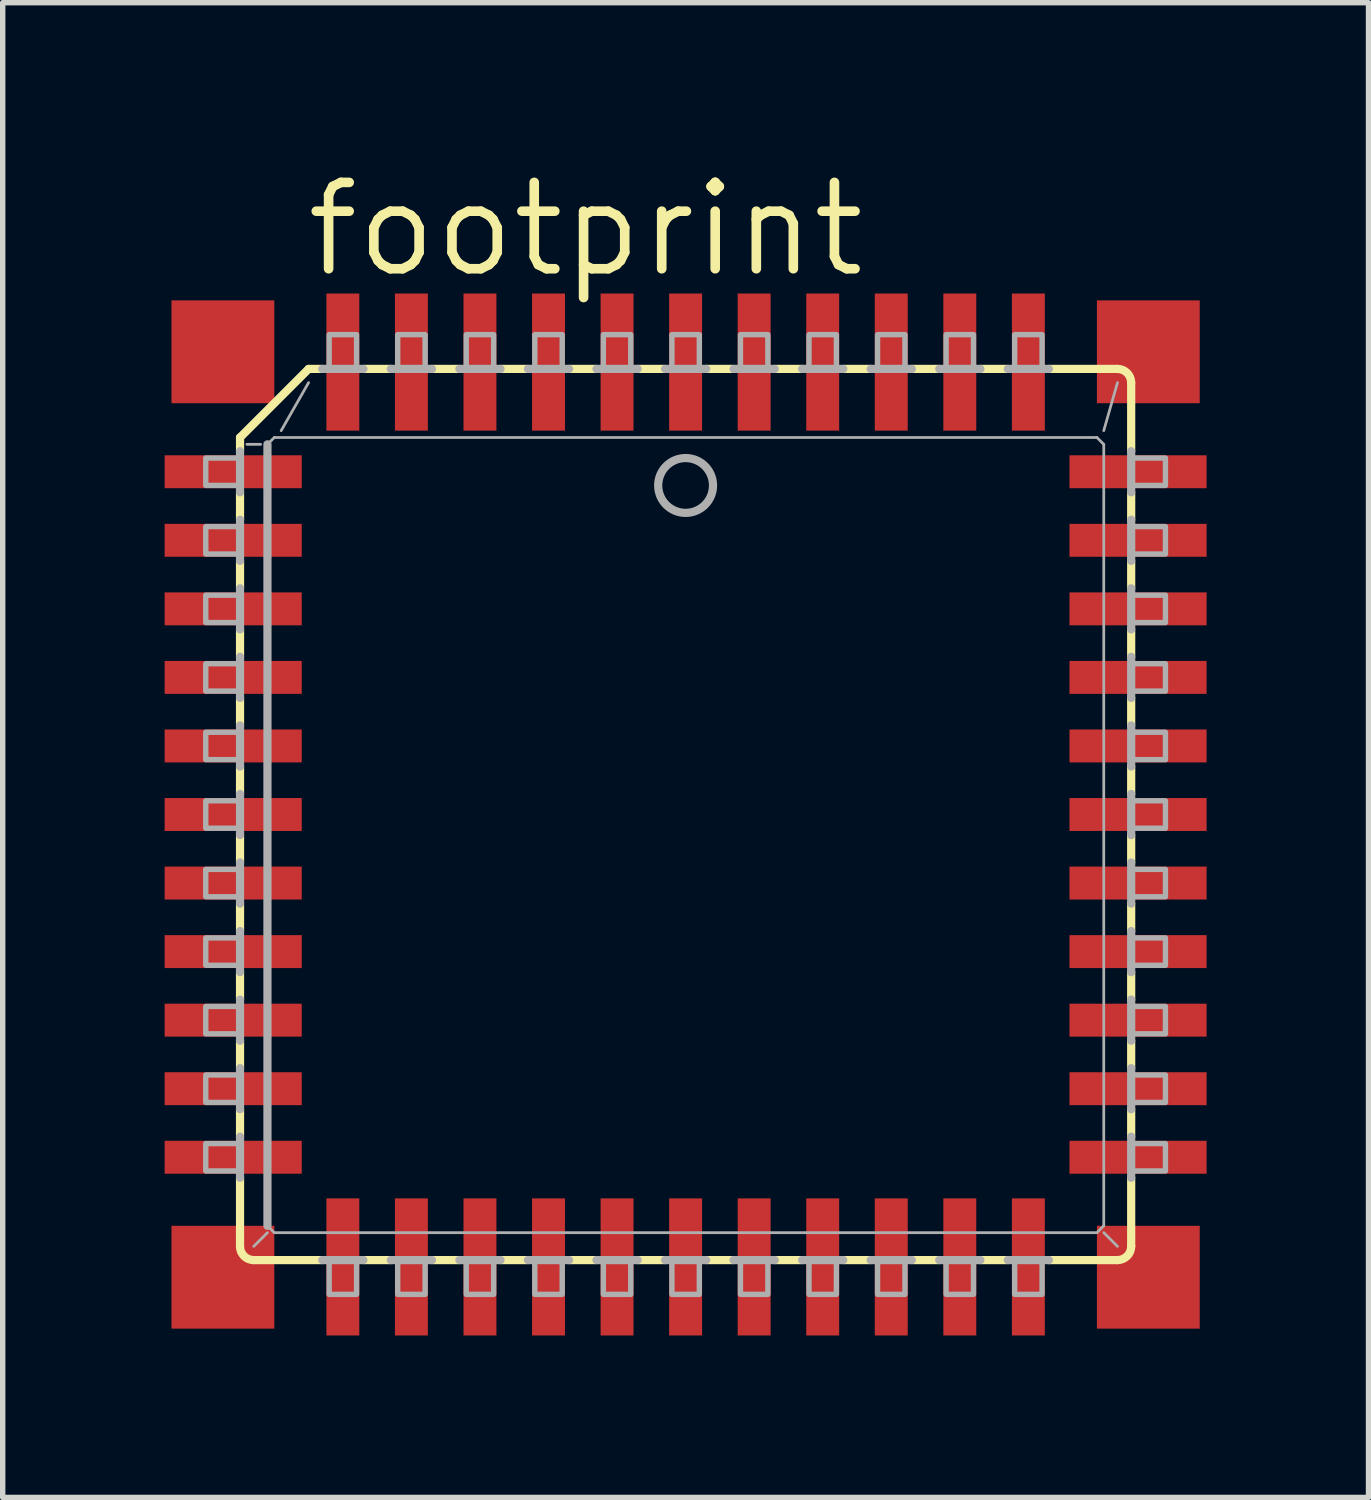
<source format=kicad_pcb>
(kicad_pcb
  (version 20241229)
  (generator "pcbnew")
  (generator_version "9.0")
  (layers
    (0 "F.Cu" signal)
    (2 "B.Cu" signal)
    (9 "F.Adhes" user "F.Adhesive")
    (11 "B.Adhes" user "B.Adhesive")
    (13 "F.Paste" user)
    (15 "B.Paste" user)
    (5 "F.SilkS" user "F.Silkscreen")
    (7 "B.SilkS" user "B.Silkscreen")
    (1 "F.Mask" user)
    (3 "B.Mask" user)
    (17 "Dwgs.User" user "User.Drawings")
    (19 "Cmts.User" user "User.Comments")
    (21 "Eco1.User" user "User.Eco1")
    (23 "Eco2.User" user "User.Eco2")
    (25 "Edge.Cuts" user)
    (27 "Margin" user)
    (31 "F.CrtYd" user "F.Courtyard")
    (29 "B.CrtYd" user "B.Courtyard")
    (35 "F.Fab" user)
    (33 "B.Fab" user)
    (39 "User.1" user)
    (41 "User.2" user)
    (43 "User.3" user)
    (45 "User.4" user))
  (footprint "footprint"
    (layer "F.Cu")
    (at 9.652 12.04)
    (property "Reference" "footprint" (at -7.112 -9.906 0) (layer "F.SilkS") (effects (font (size 1.6 1.6) (thickness 0.178)) (justify left bottom)))
    (fp_poly (pts (xy -9.525 -7.62) (xy -7.62 -7.62) (xy -7.62 -9.525) (xy -9.525 -9.525)) (stroke (width 0) (type solid)) (fill yes) (layer "F.Cu"))
    (fp_poly (pts (xy -9.525 9.525) (xy -7.62 9.525) (xy -7.62 7.62) (xy -9.525 7.62)) (stroke (width 0) (type solid)) (fill yes) (layer "F.Cu"))
    (fp_poly (pts (xy 7.62 -7.62) (xy 9.525 -7.62) (xy 9.525 -9.525) (xy 7.62 -9.525)) (stroke (width 0) (type solid)) (fill yes) (layer "F.Cu"))
    (fp_poly (pts (xy 7.62 9.525) (xy 9.525 9.525) (xy 9.525 7.62) (xy 7.62 7.62)) (stroke (width 0) (type solid)) (fill yes) (layer "F.Cu"))
    (fp_poly (pts (xy -9.525 -7.62) (xy -7.62 -7.62) (xy -7.62 -9.525) (xy -9.525 -9.525)) (stroke (width 0) (type solid)) (fill yes) (layer "F.Mask"))
    (fp_poly (pts (xy -9.525 9.525) (xy -7.62 9.525) (xy -7.62 7.62) (xy -9.525 7.62)) (stroke (width 0) (type solid)) (fill yes) (layer "F.Mask"))
    (fp_poly (pts (xy 7.62 -7.62) (xy 9.525 -7.62) (xy 9.525 -9.525) (xy 7.62 -9.525)) (stroke (width 0) (type solid)) (fill yes) (layer "F.Mask"))
    (fp_poly (pts (xy 7.62 9.525) (xy 9.525 9.525) (xy 9.525 7.62) (xy 7.62 7.62)) (stroke (width 0) (type solid)) (fill yes) (layer "F.Mask"))
    (fp_line (start -8.255 -6.985) (end -8.255 -6.731) (stroke (width 0.152) (type solid)) (layer "F.SilkS"))
    (fp_line (start -8.255 -6.985) (end -6.985 -8.255) (stroke (width 0.152) (type solid)) (layer "F.SilkS"))
    (fp_line (start -8.255 -5.969) (end -8.255 -5.461) (stroke (width 0.152) (type solid)) (layer "F.SilkS"))
    (fp_line (start -8.255 -4.699) (end -8.255 -4.191) (stroke (width 0.152) (type solid)) (layer "F.SilkS"))
    (fp_line (start -8.255 -3.429) (end -8.255 -2.921) (stroke (width 0.152) (type solid)) (layer "F.SilkS"))
    (fp_line (start -8.255 -2.159) (end -8.255 -1.651) (stroke (width 0.152) (type solid)) (layer "F.SilkS"))
    (fp_line (start -8.255 -0.889) (end -8.255 -0.381) (stroke (width 0.152) (type solid)) (layer "F.SilkS"))
    (fp_line (start -8.255 0.381) (end -8.255 0.889) (stroke (width 0.152) (type solid)) (layer "F.SilkS"))
    (fp_line (start -8.255 2.159) (end -8.255 1.651) (stroke (width 0.152) (type solid)) (layer "F.SilkS"))
    (fp_line (start -8.255 2.921) (end -8.255 3.429) (stroke (width 0.152) (type solid)) (layer "F.SilkS"))
    (fp_line (start -8.255 4.699) (end -8.255 4.191) (stroke (width 0.152) (type solid)) (layer "F.SilkS"))
    (fp_line (start -8.255 5.461) (end -8.255 5.969) (stroke (width 0.152) (type solid)) (layer "F.SilkS"))
    (fp_line (start -8.255 8.001) (end -8.255 6.731) (stroke (width 0.152) (type solid)) (layer "F.SilkS"))
    (fp_line (start -8.001 8.255) (end -6.731 8.255) (stroke (width 0.152) (type solid)) (layer "F.SilkS"))
    (fp_line (start -6.985 -8.255) (end -6.731 -8.255) (stroke (width 0.152) (type solid)) (layer "F.SilkS"))
    (fp_line (start -5.969 8.255) (end -5.461 8.255) (stroke (width 0.152) (type solid)) (layer "F.SilkS"))
    (fp_line (start -5.461 -8.255) (end -5.969 -8.255) (stroke (width 0.152) (type solid)) (layer "F.SilkS"))
    (fp_line (start -4.699 -8.255) (end -4.191 -8.255) (stroke (width 0.152) (type solid)) (layer "F.SilkS"))
    (fp_line (start -4.699 8.255) (end -4.191 8.255) (stroke (width 0.152) (type solid)) (layer "F.SilkS"))
    (fp_line (start -3.429 8.255) (end -2.921 8.255) (stroke (width 0.152) (type solid)) (layer "F.SilkS"))
    (fp_line (start -2.921 -8.255) (end -3.429 -8.255) (stroke (width 0.152) (type solid)) (layer "F.SilkS"))
    (fp_line (start -2.159 -8.255) (end -1.651 -8.255) (stroke (width 0.152) (type solid)) (layer "F.SilkS"))
    (fp_line (start -2.159 8.255) (end -1.651 8.255) (stroke (width 0.152) (type solid)) (layer "F.SilkS"))
    (fp_line (start -0.889 8.255) (end -0.381 8.255) (stroke (width 0.152) (type solid)) (layer "F.SilkS"))
    (fp_line (start -0.381 -8.255) (end -0.889 -8.255) (stroke (width 0.152) (type solid)) (layer "F.SilkS"))
    (fp_line (start 0.381 8.255) (end 0.889 8.255) (stroke (width 0.152) (type solid)) (layer "F.SilkS"))
    (fp_line (start 0.889 -8.255) (end 0.381 -8.255) (stroke (width 0.152) (type solid)) (layer "F.SilkS"))
    (fp_line (start 2.159 -8.255) (end 1.651 -8.255) (stroke (width 0.152) (type solid)) (layer "F.SilkS"))
    (fp_line (start 2.159 8.255) (end 1.651 8.255) (stroke (width 0.152) (type solid)) (layer "F.SilkS"))
    (fp_line (start 2.921 8.255) (end 3.429 8.255) (stroke (width 0.152) (type solid)) (layer "F.SilkS"))
    (fp_line (start 3.429 -8.255) (end 2.921 -8.255) (stroke (width 0.152) (type solid)) (layer "F.SilkS"))
    (fp_line (start 4.699 -8.255) (end 4.191 -8.255) (stroke (width 0.152) (type solid)) (layer "F.SilkS"))
    (fp_line (start 4.699 8.255) (end 4.191 8.255) (stroke (width 0.152) (type solid)) (layer "F.SilkS"))
    (fp_line (start 5.461 8.255) (end 5.969 8.255) (stroke (width 0.152) (type solid)) (layer "F.SilkS"))
    (fp_line (start 5.969 -8.255) (end 5.461 -8.255) (stroke (width 0.152) (type solid)) (layer "F.SilkS"))
    (fp_line (start 8.001 -8.255) (end 6.731 -8.255) (stroke (width 0.152) (type solid)) (layer "F.SilkS"))
    (fp_line (start 8.001 8.255) (end 6.731 8.255) (stroke (width 0.152) (type solid)) (layer "F.SilkS"))
    (fp_line (start 8.255 -8.001) (end 8.255 -6.731) (stroke (width 0.152) (type solid)) (layer "F.SilkS"))
    (fp_line (start 8.255 -5.461) (end 8.255 -5.969) (stroke (width 0.152) (type solid)) (layer "F.SilkS"))
    (fp_line (start 8.255 -4.699) (end 8.255 -4.191) (stroke (width 0.152) (type solid)) (layer "F.SilkS"))
    (fp_line (start 8.255 -2.921) (end 8.255 -3.429) (stroke (width 0.152) (type solid)) (layer "F.SilkS"))
    (fp_line (start 8.255 -2.159) (end 8.255 -1.651) (stroke (width 0.152) (type solid)) (layer "F.SilkS"))
    (fp_line (start 8.255 -0.381) (end 8.255 -0.889) (stroke (width 0.152) (type solid)) (layer "F.SilkS"))
    (fp_line (start 8.255 0.889) (end 8.255 0.381) (stroke (width 0.152) (type solid)) (layer "F.SilkS"))
    (fp_line (start 8.255 2.159) (end 8.255 1.651) (stroke (width 0.152) (type solid)) (layer "F.SilkS"))
    (fp_line (start 8.255 3.429) (end 8.255 2.921) (stroke (width 0.152) (type solid)) (layer "F.SilkS"))
    (fp_line (start 8.255 4.699) (end 8.255 4.191) (stroke (width 0.152) (type solid)) (layer "F.SilkS"))
    (fp_line (start 8.255 5.969) (end 8.255 5.461) (stroke (width 0.152) (type solid)) (layer "F.SilkS"))
    (fp_line (start 8.255 8.001) (end 8.255 6.731) (stroke (width 0.152) (type solid)) (layer "F.SilkS"))
    (fp_arc (start -8.001 8.255) (mid -8.180605 8.180605) (end -8.255 8.001) (stroke (width 0.1524) (type solid)) (layer "F.SilkS"))
    (fp_arc (start 8.001 -8.255) (mid 8.180605 -8.180605) (end 8.255 -8.001) (stroke (width 0.1524) (type solid)) (layer "F.SilkS"))
    (fp_arc (start 8.255 8.001) (mid 8.180605 8.180605) (end 8.001 8.255) (stroke (width 0.1524) (type solid)) (layer "F.SilkS"))
    (fp_line (start -8.255 -6.731) (end -8.255 -5.969) (stroke (width 0.152) (type solid)) (layer "F.Fab"))
    (fp_line (start -8.255 -5.461) (end -8.255 -4.699) (stroke (width 0.152) (type solid)) (layer "F.Fab"))
    (fp_line (start -8.255 -4.191) (end -8.255 -3.429) (stroke (width 0.152) (type solid)) (layer "F.Fab"))
    (fp_line (start -8.255 -2.921) (end -8.255 -2.159) (stroke (width 0.152) (type solid)) (layer "F.Fab"))
    (fp_line (start -8.255 -1.651) (end -8.255 -0.889) (stroke (width 0.152) (type solid)) (layer "F.Fab"))
    (fp_line (start -8.255 -0.381) (end -8.255 0.381) (stroke (width 0.152) (type solid)) (layer "F.Fab"))
    (fp_line (start -8.255 0.889) (end -8.255 1.651) (stroke (width 0.152) (type solid)) (layer "F.Fab"))
    (fp_line (start -8.255 2.159) (end -8.255 2.921) (stroke (width 0.152) (type solid)) (layer "F.Fab"))
    (fp_line (start -8.255 3.429) (end -8.255 4.191) (stroke (width 0.152) (type solid)) (layer "F.Fab"))
    (fp_line (start -8.255 4.699) (end -8.255 5.461) (stroke (width 0.152) (type solid)) (layer "F.Fab"))
    (fp_line (start -8.255 5.969) (end -8.255 6.731) (stroke (width 0.152) (type solid)) (layer "F.Fab"))
    (fp_line (start -8.128 -6.858) (end -7.874 -6.858) (stroke (width 0.051) (type solid)) (layer "F.Fab"))
    (fp_line (start -7.747 7.62) (end -7.747 -6.858) (stroke (width 0.152) (type solid)) (layer "F.Fab"))
    (fp_line (start -7.747 7.62) (end -7.62 7.747) (stroke (width 0.051) (type solid)) (layer "F.Fab"))
    (fp_line (start -7.747 7.747) (end -8.001 8.001) (stroke (width 0.051) (type solid)) (layer "F.Fab"))
    (fp_line (start -7.62 -6.985) (end -7.747 -6.858) (stroke (width 0.051) (type solid)) (layer "F.Fab"))
    (fp_line (start -7.62 -6.985) (end 7.62 -6.985) (stroke (width 0.051) (type solid)) (layer "F.Fab"))
    (fp_line (start -6.985 -8.001) (end -7.493 -7.112) (stroke (width 0.051) (type solid)) (layer "F.Fab"))
    (fp_line (start -6.731 8.255) (end -5.969 8.255) (stroke (width 0.152) (type solid)) (layer "F.Fab"))
    (fp_line (start -5.969 -8.255) (end -6.731 -8.255) (stroke (width 0.152) (type solid)) (layer "F.Fab"))
    (fp_line (start -5.461 8.255) (end -4.699 8.255) (stroke (width 0.152) (type solid)) (layer "F.Fab"))
    (fp_line (start -4.699 -8.255) (end -5.461 -8.255) (stroke (width 0.152) (type solid)) (layer "F.Fab"))
    (fp_line (start -4.191 8.255) (end -3.429 8.255) (stroke (width 0.152) (type solid)) (layer "F.Fab"))
    (fp_line (start -3.429 -8.255) (end -4.191 -8.255) (stroke (width 0.152) (type solid)) (layer "F.Fab"))
    (fp_line (start -2.921 8.255) (end -2.159 8.255) (stroke (width 0.152) (type solid)) (layer "F.Fab"))
    (fp_line (start -2.159 -8.255) (end -2.921 -8.255) (stroke (width 0.152) (type solid)) (layer "F.Fab"))
    (fp_line (start -1.651 8.255) (end -0.889 8.255) (stroke (width 0.152) (type solid)) (layer "F.Fab"))
    (fp_line (start -0.889 -8.255) (end -1.651 -8.255) (stroke (width 0.152) (type solid)) (layer "F.Fab"))
    (fp_line (start -0.381 8.255) (end 0.381 8.255) (stroke (width 0.152) (type solid)) (layer "F.Fab"))
    (fp_line (start 0.381 -8.255) (end -0.381 -8.255) (stroke (width 0.152) (type solid)) (layer "F.Fab"))
    (fp_line (start 0.889 8.255) (end 1.651 8.255) (stroke (width 0.152) (type solid)) (layer "F.Fab"))
    (fp_line (start 1.651 -8.255) (end 0.889 -8.255) (stroke (width 0.152) (type solid)) (layer "F.Fab"))
    (fp_line (start 2.159 8.255) (end 2.921 8.255) (stroke (width 0.152) (type solid)) (layer "F.Fab"))
    (fp_line (start 2.921 -8.255) (end 2.159 -8.255) (stroke (width 0.152) (type solid)) (layer "F.Fab"))
    (fp_line (start 3.429 8.255) (end 4.191 8.255) (stroke (width 0.152) (type solid)) (layer "F.Fab"))
    (fp_line (start 4.191 -8.255) (end 3.429 -8.255) (stroke (width 0.152) (type solid)) (layer "F.Fab"))
    (fp_line (start 4.699 8.255) (end 5.461 8.255) (stroke (width 0.152) (type solid)) (layer "F.Fab"))
    (fp_line (start 5.461 -8.255) (end 4.699 -8.255) (stroke (width 0.152) (type solid)) (layer "F.Fab"))
    (fp_line (start 5.969 8.255) (end 6.731 8.255) (stroke (width 0.152) (type solid)) (layer "F.Fab"))
    (fp_line (start 6.731 -8.255) (end 5.969 -8.255) (stroke (width 0.152) (type solid)) (layer "F.Fab"))
    (fp_line (start 7.62 7.747) (end -7.62 7.747) (stroke (width 0.051) (type solid)) (layer "F.Fab"))
    (fp_line (start 7.62 7.747) (end 7.747 7.62) (stroke (width 0.051) (type solid)) (layer "F.Fab"))
    (fp_line (start 7.747 -6.858) (end 7.62 -6.985) (stroke (width 0.051) (type solid)) (layer "F.Fab"))
    (fp_line (start 7.747 -6.858) (end 7.747 7.62) (stroke (width 0.051) (type solid)) (layer "F.Fab"))
    (fp_line (start 7.747 7.747) (end 8.001 8.001) (stroke (width 0.051) (type solid)) (layer "F.Fab"))
    (fp_line (start 8.001 -8.001) (end 7.747 -7.112) (stroke (width 0.051) (type solid)) (layer "F.Fab"))
    (fp_line (start 8.255 -5.969) (end 8.255 -6.731) (stroke (width 0.152) (type solid)) (layer "F.Fab"))
    (fp_line (start 8.255 -4.699) (end 8.255 -5.461) (stroke (width 0.152) (type solid)) (layer "F.Fab"))
    (fp_line (start 8.255 -3.429) (end 8.255 -4.191) (stroke (width 0.152) (type solid)) (layer "F.Fab"))
    (fp_line (start 8.255 -2.159) (end 8.255 -2.921) (stroke (width 0.152) (type solid)) (layer "F.Fab"))
    (fp_line (start 8.255 -0.889) (end 8.255 -1.651) (stroke (width 0.152) (type solid)) (layer "F.Fab"))
    (fp_line (start 8.255 0.381) (end 8.255 -0.381) (stroke (width 0.152) (type solid)) (layer "F.Fab"))
    (fp_line (start 8.255 1.651) (end 8.255 0.889) (stroke (width 0.152) (type solid)) (layer "F.Fab"))
    (fp_line (start 8.255 2.921) (end 8.255 2.159) (stroke (width 0.152) (type solid)) (layer "F.Fab"))
    (fp_line (start 8.255 4.191) (end 8.255 3.429) (stroke (width 0.152) (type solid)) (layer "F.Fab"))
    (fp_line (start 8.255 5.461) (end 8.255 4.699) (stroke (width 0.152) (type solid)) (layer "F.Fab"))
    (fp_line (start 8.255 6.731) (end 8.255 5.969) (stroke (width 0.152) (type solid)) (layer "F.Fab"))
    (fp_circle (center 0 -6.096) (end 0.508 -6.096) (stroke (width 0.152) (type solid)) (fill no) (layer "F.Fab"))
    (fp_poly (pts (xy -8.89 -6.096) (xy -8.255 -6.096) (xy -8.255 -6.604) (xy -8.89 -6.604)) (stroke (width 0.1) (type solid)) (fill no) (layer "F.Fab"))
    (fp_poly (pts (xy -8.89 -4.826) (xy -8.255 -4.826) (xy -8.255 -5.334) (xy -8.89 -5.334)) (stroke (width 0.1) (type solid)) (fill no) (layer "F.Fab"))
    (fp_poly (pts (xy -8.89 -3.556) (xy -8.255 -3.556) (xy -8.255 -4.064) (xy -8.89 -4.064)) (stroke (width 0.1) (type solid)) (fill no) (layer "F.Fab"))
    (fp_poly (pts (xy -8.89 -2.286) (xy -8.255 -2.286) (xy -8.255 -2.794) (xy -8.89 -2.794)) (stroke (width 0.1) (type solid)) (fill no) (layer "F.Fab"))
    (fp_poly (pts (xy -8.89 -1.016) (xy -8.255 -1.016) (xy -8.255 -1.524) (xy -8.89 -1.524)) (stroke (width 0.1) (type solid)) (fill no) (layer "F.Fab"))
    (fp_poly (pts (xy -8.89 0.254) (xy -8.255 0.254) (xy -8.255 -0.254) (xy -8.89 -0.254)) (stroke (width 0.1) (type solid)) (fill no) (layer "F.Fab"))
    (fp_poly (pts (xy -8.89 1.524) (xy -8.255 1.524) (xy -8.255 1.016) (xy -8.89 1.016)) (stroke (width 0.1) (type solid)) (fill no) (layer "F.Fab"))
    (fp_poly (pts (xy -8.89 2.794) (xy -8.255 2.794) (xy -8.255 2.286) (xy -8.89 2.286)) (stroke (width 0.1) (type solid)) (fill no) (layer "F.Fab"))
    (fp_poly (pts (xy -8.89 4.064) (xy -8.255 4.064) (xy -8.255 3.556) (xy -8.89 3.556)) (stroke (width 0.1) (type solid)) (fill no) (layer "F.Fab"))
    (fp_poly (pts (xy -8.89 5.334) (xy -8.255 5.334) (xy -8.255 4.826) (xy -8.89 4.826)) (stroke (width 0.1) (type solid)) (fill no) (layer "F.Fab"))
    (fp_poly (pts (xy -8.89 6.604) (xy -8.255 6.604) (xy -8.255 6.096) (xy -8.89 6.096)) (stroke (width 0.1) (type solid)) (fill no) (layer "F.Fab"))
    (fp_poly (pts (xy -6.604 -8.255) (xy -6.096 -8.255) (xy -6.096 -8.89) (xy -6.604 -8.89)) (stroke (width 0.1) (type solid)) (fill no) (layer "F.Fab"))
    (fp_poly (pts (xy -6.604 8.89) (xy -6.096 8.89) (xy -6.096 8.255) (xy -6.604 8.255)) (stroke (width 0.1) (type solid)) (fill no) (layer "F.Fab"))
    (fp_poly (pts (xy -5.334 -8.255) (xy -4.826 -8.255) (xy -4.826 -8.89) (xy -5.334 -8.89)) (stroke (width 0.1) (type solid)) (fill no) (layer "F.Fab"))
    (fp_poly (pts (xy -5.334 8.89) (xy -4.826 8.89) (xy -4.826 8.255) (xy -5.334 8.255)) (stroke (width 0.1) (type solid)) (fill no) (layer "F.Fab"))
    (fp_poly (pts (xy -4.064 -8.255) (xy -3.556 -8.255) (xy -3.556 -8.89) (xy -4.064 -8.89)) (stroke (width 0.1) (type solid)) (fill no) (layer "F.Fab"))
    (fp_poly (pts (xy -4.064 8.89) (xy -3.556 8.89) (xy -3.556 8.255) (xy -4.064 8.255)) (stroke (width 0.1) (type solid)) (fill no) (layer "F.Fab"))
    (fp_poly (pts (xy -2.794 -8.255) (xy -2.286 -8.255) (xy -2.286 -8.89) (xy -2.794 -8.89)) (stroke (width 0.1) (type solid)) (fill no) (layer "F.Fab"))
    (fp_poly (pts (xy -2.794 8.89) (xy -2.286 8.89) (xy -2.286 8.255) (xy -2.794 8.255)) (stroke (width 0.1) (type solid)) (fill no) (layer "F.Fab"))
    (fp_poly (pts (xy -1.524 -8.255) (xy -1.016 -8.255) (xy -1.016 -8.89) (xy -1.524 -8.89)) (stroke (width 0.1) (type solid)) (fill no) (layer "F.Fab"))
    (fp_poly (pts (xy -1.524 8.89) (xy -1.016 8.89) (xy -1.016 8.255) (xy -1.524 8.255)) (stroke (width 0.1) (type solid)) (fill no) (layer "F.Fab"))
    (fp_poly (pts (xy -0.254 -8.255) (xy 0.254 -8.255) (xy 0.254 -8.89) (xy -0.254 -8.89)) (stroke (width 0.1) (type solid)) (fill no) (layer "F.Fab"))
    (fp_poly (pts (xy -0.254 8.89) (xy 0.254 8.89) (xy 0.254 8.255) (xy -0.254 8.255)) (stroke (width 0.1) (type solid)) (fill no) (layer "F.Fab"))
    (fp_poly (pts (xy 1.016 -8.255) (xy 1.524 -8.255) (xy 1.524 -8.89) (xy 1.016 -8.89)) (stroke (width 0.1) (type solid)) (fill no) (layer "F.Fab"))
    (fp_poly (pts (xy 1.016 8.89) (xy 1.524 8.89) (xy 1.524 8.255) (xy 1.016 8.255)) (stroke (width 0.1) (type solid)) (fill no) (layer "F.Fab"))
    (fp_poly (pts (xy 2.286 -8.255) (xy 2.794 -8.255) (xy 2.794 -8.89) (xy 2.286 -8.89)) (stroke (width 0.1) (type solid)) (fill no) (layer "F.Fab"))
    (fp_poly (pts (xy 2.286 8.89) (xy 2.794 8.89) (xy 2.794 8.255) (xy 2.286 8.255)) (stroke (width 0.1) (type solid)) (fill no) (layer "F.Fab"))
    (fp_poly (pts (xy 3.556 -8.255) (xy 4.064 -8.255) (xy 4.064 -8.89) (xy 3.556 -8.89)) (stroke (width 0.1) (type solid)) (fill no) (layer "F.Fab"))
    (fp_poly (pts (xy 3.556 8.89) (xy 4.064 8.89) (xy 4.064 8.255) (xy 3.556 8.255)) (stroke (width 0.1) (type solid)) (fill no) (layer "F.Fab"))
    (fp_poly (pts (xy 4.826 -8.255) (xy 5.334 -8.255) (xy 5.334 -8.89) (xy 4.826 -8.89)) (stroke (width 0.1) (type solid)) (fill no) (layer "F.Fab"))
    (fp_poly (pts (xy 4.826 8.89) (xy 5.334 8.89) (xy 5.334 8.255) (xy 4.826 8.255)) (stroke (width 0.1) (type solid)) (fill no) (layer "F.Fab"))
    (fp_poly (pts (xy 6.096 -8.255) (xy 6.604 -8.255) (xy 6.604 -8.89) (xy 6.096 -8.89)) (stroke (width 0.1) (type solid)) (fill no) (layer "F.Fab"))
    (fp_poly (pts (xy 6.096 8.89) (xy 6.604 8.89) (xy 6.604 8.255) (xy 6.096 8.255)) (stroke (width 0.1) (type solid)) (fill no) (layer "F.Fab"))
    (fp_poly (pts (xy 8.255 -6.096) (xy 8.89 -6.096) (xy 8.89 -6.604) (xy 8.255 -6.604)) (stroke (width 0.1) (type solid)) (fill no) (layer "F.Fab"))
    (fp_poly (pts (xy 8.255 -4.826) (xy 8.89 -4.826) (xy 8.89 -5.334) (xy 8.255 -5.334)) (stroke (width 0.1) (type solid)) (fill no) (layer "F.Fab"))
    (fp_poly (pts (xy 8.255 -3.556) (xy 8.89 -3.556) (xy 8.89 -4.064) (xy 8.255 -4.064)) (stroke (width 0.1) (type solid)) (fill no) (layer "F.Fab"))
    (fp_poly (pts (xy 8.255 -2.286) (xy 8.89 -2.286) (xy 8.89 -2.794) (xy 8.255 -2.794)) (stroke (width 0.1) (type solid)) (fill no) (layer "F.Fab"))
    (fp_poly (pts (xy 8.255 -1.016) (xy 8.89 -1.016) (xy 8.89 -1.524) (xy 8.255 -1.524)) (stroke (width 0.1) (type solid)) (fill no) (layer "F.Fab"))
    (fp_poly (pts (xy 8.255 0.254) (xy 8.89 0.254) (xy 8.89 -0.254) (xy 8.255 -0.254)) (stroke (width 0.1) (type solid)) (fill no) (layer "F.Fab"))
    (fp_poly (pts (xy 8.255 1.524) (xy 8.89 1.524) (xy 8.89 1.016) (xy 8.255 1.016)) (stroke (width 0.1) (type solid)) (fill no) (layer "F.Fab"))
    (fp_poly (pts (xy 8.255 2.794) (xy 8.89 2.794) (xy 8.89 2.286) (xy 8.255 2.286)) (stroke (width 0.1) (type solid)) (fill no) (layer "F.Fab"))
    (fp_poly (pts (xy 8.255 4.064) (xy 8.89 4.064) (xy 8.89 3.556) (xy 8.255 3.556)) (stroke (width 0.1) (type solid)) (fill no) (layer "F.Fab"))
    (fp_poly (pts (xy 8.255 5.334) (xy 8.89 5.334) (xy 8.89 4.826) (xy 8.255 4.826)) (stroke (width 0.1) (type solid)) (fill no) (layer "F.Fab"))
    (fp_poly (pts (xy 8.255 6.604) (xy 8.89 6.604) (xy 8.89 6.096) (xy 8.255 6.096)) (stroke (width 0.1) (type solid)) (fill no) (layer "F.Fab"))
    (pad "1" smd rect (at 0 -8.382) (size 0.61 2.54) (layers "F.Cu" "F.Mask" "F.Paste"))
    (pad "2" smd rect (at -1.27 -8.382) (size 0.61 2.54) (layers "F.Cu" "F.Mask" "F.Paste"))
    (pad "3" smd rect (at -2.54 -8.382) (size 0.61 2.54) (layers "F.Cu" "F.Mask" "F.Paste"))
    (pad "4" smd rect (at -3.81 -8.382) (size 0.61 2.54) (layers "F.Cu" "F.Mask" "F.Paste"))
    (pad "5" smd rect (at -5.08 -8.382) (size 0.61 2.54) (layers "F.Cu" "F.Mask" "F.Paste"))
    (pad "6" smd rect (at -6.35 -8.382) (size 0.61 2.54) (layers "F.Cu" "F.Mask" "F.Paste"))
    (pad "7" smd rect (at -8.382 -6.35) (size 2.54 0.61) (layers "F.Cu" "F.Mask" "F.Paste"))
    (pad "8" smd rect (at -8.382 -5.08) (size 2.54 0.61) (layers "F.Cu" "F.Mask" "F.Paste"))
    (pad "9" smd rect (at -8.382 -3.81) (size 2.54 0.61) (layers "F.Cu" "F.Mask" "F.Paste"))
    (pad "10" smd rect (at -8.382 -2.54) (size 2.54 0.61) (layers "F.Cu" "F.Mask" "F.Paste"))
    (pad "11" smd rect (at -8.382 -1.27) (size 2.54 0.61) (layers "F.Cu" "F.Mask" "F.Paste"))
    (pad "12" smd rect (at -8.382 0) (size 2.54 0.61) (layers "F.Cu" "F.Mask" "F.Paste"))
    (pad "13" smd rect (at -8.382 1.27) (size 2.54 0.61) (layers "F.Cu" "F.Mask" "F.Paste"))
    (pad "14" smd rect (at -8.382 2.54) (size 2.54 0.61) (layers "F.Cu" "F.Mask" "F.Paste"))
    (pad "15" smd rect (at -8.382 3.81) (size 2.54 0.61) (layers "F.Cu" "F.Mask" "F.Paste"))
    (pad "16" smd rect (at -8.382 5.08) (size 2.54 0.61) (layers "F.Cu" "F.Mask" "F.Paste"))
    (pad "17" smd rect (at -8.382 6.35) (size 2.54 0.61) (layers "F.Cu" "F.Mask" "F.Paste"))
    (pad "18" smd rect (at -6.35 8.382) (size 0.61 2.54) (layers "F.Cu" "F.Mask" "F.Paste"))
    (pad "19" smd rect (at -5.08 8.382) (size 0.61 2.54) (layers "F.Cu" "F.Mask" "F.Paste"))
    (pad "20" smd rect (at -3.81 8.382) (size 0.61 2.54) (layers "F.Cu" "F.Mask" "F.Paste"))
    (pad "21" smd rect (at -2.54 8.382) (size 0.61 2.54) (layers "F.Cu" "F.Mask" "F.Paste"))
    (pad "22" smd rect (at -1.27 8.382) (size 0.61 2.54) (layers "F.Cu" "F.Mask" "F.Paste"))
    (pad "23" smd rect (at 0 8.382) (size 0.61 2.54) (layers "F.Cu" "F.Mask" "F.Paste"))
    (pad "24" smd rect (at 1.27 8.382) (size 0.61 2.54) (layers "F.Cu" "F.Mask" "F.Paste"))
    (pad "25" smd rect (at 2.54 8.382) (size 0.61 2.54) (layers "F.Cu" "F.Mask" "F.Paste"))
    (pad "26" smd rect (at 3.81 8.382) (size 0.61 2.54) (layers "F.Cu" "F.Mask" "F.Paste"))
    (pad "27" smd rect (at 5.08 8.382) (size 0.61 2.54) (layers "F.Cu" "F.Mask" "F.Paste"))
    (pad "28" smd rect (at 6.35 8.382) (size 0.61 2.54) (layers "F.Cu" "F.Mask" "F.Paste"))
    (pad "29" smd rect (at 8.382 6.35) (size 2.54 0.61) (layers "F.Cu" "F.Mask" "F.Paste"))
    (pad "30" smd rect (at 8.382 5.08) (size 2.54 0.61) (layers "F.Cu" "F.Mask" "F.Paste"))
    (pad "31" smd rect (at 8.382 3.81) (size 2.54 0.61) (layers "F.Cu" "F.Mask" "F.Paste"))
    (pad "32" smd rect (at 8.382 2.54) (size 2.54 0.61) (layers "F.Cu" "F.Mask" "F.Paste"))
    (pad "33" smd rect (at 8.382 1.27) (size 2.54 0.61) (layers "F.Cu" "F.Mask" "F.Paste"))
    (pad "34" smd rect (at 8.382 0) (size 2.54 0.61) (layers "F.Cu" "F.Mask" "F.Paste"))
    (pad "35" smd rect (at 8.382 -1.27) (size 2.54 0.61) (layers "F.Cu" "F.Mask" "F.Paste"))
    (pad "36" smd rect (at 8.382 -2.54) (size 2.54 0.61) (layers "F.Cu" "F.Mask" "F.Paste"))
    (pad "37" smd rect (at 8.382 -3.81) (size 2.54 0.61) (layers "F.Cu" "F.Mask" "F.Paste"))
    (pad "38" smd rect (at 8.382 -5.08) (size 2.54 0.61) (layers "F.Cu" "F.Mask" "F.Paste"))
    (pad "39" smd rect (at 8.382 -6.35) (size 2.54 0.61) (layers "F.Cu" "F.Mask" "F.Paste"))
    (pad "40" smd rect (at 6.35 -8.382) (size 0.61 2.54) (layers "F.Cu" "F.Mask" "F.Paste"))
    (pad "41" smd rect (at 5.08 -8.382) (size 0.61 2.54) (layers "F.Cu" "F.Mask" "F.Paste"))
    (pad "42" smd rect (at 3.81 -8.382) (size 0.61 2.54) (layers "F.Cu" "F.Mask" "F.Paste"))
    (pad "43" smd rect (at 2.54 -8.382) (size 0.61 2.54) (layers "F.Cu" "F.Mask" "F.Paste"))
    (pad "44" smd rect (at 1.27 -8.382) (size 0.61 2.54) (layers "F.Cu" "F.Mask" "F.Paste")))
  (gr_rect
    (start -3 -3)
    (end 22.304 24.692)
    (stroke (width 0.1) (type default))
    (fill no)
    (layer "Edge.Cuts")))
</source>
